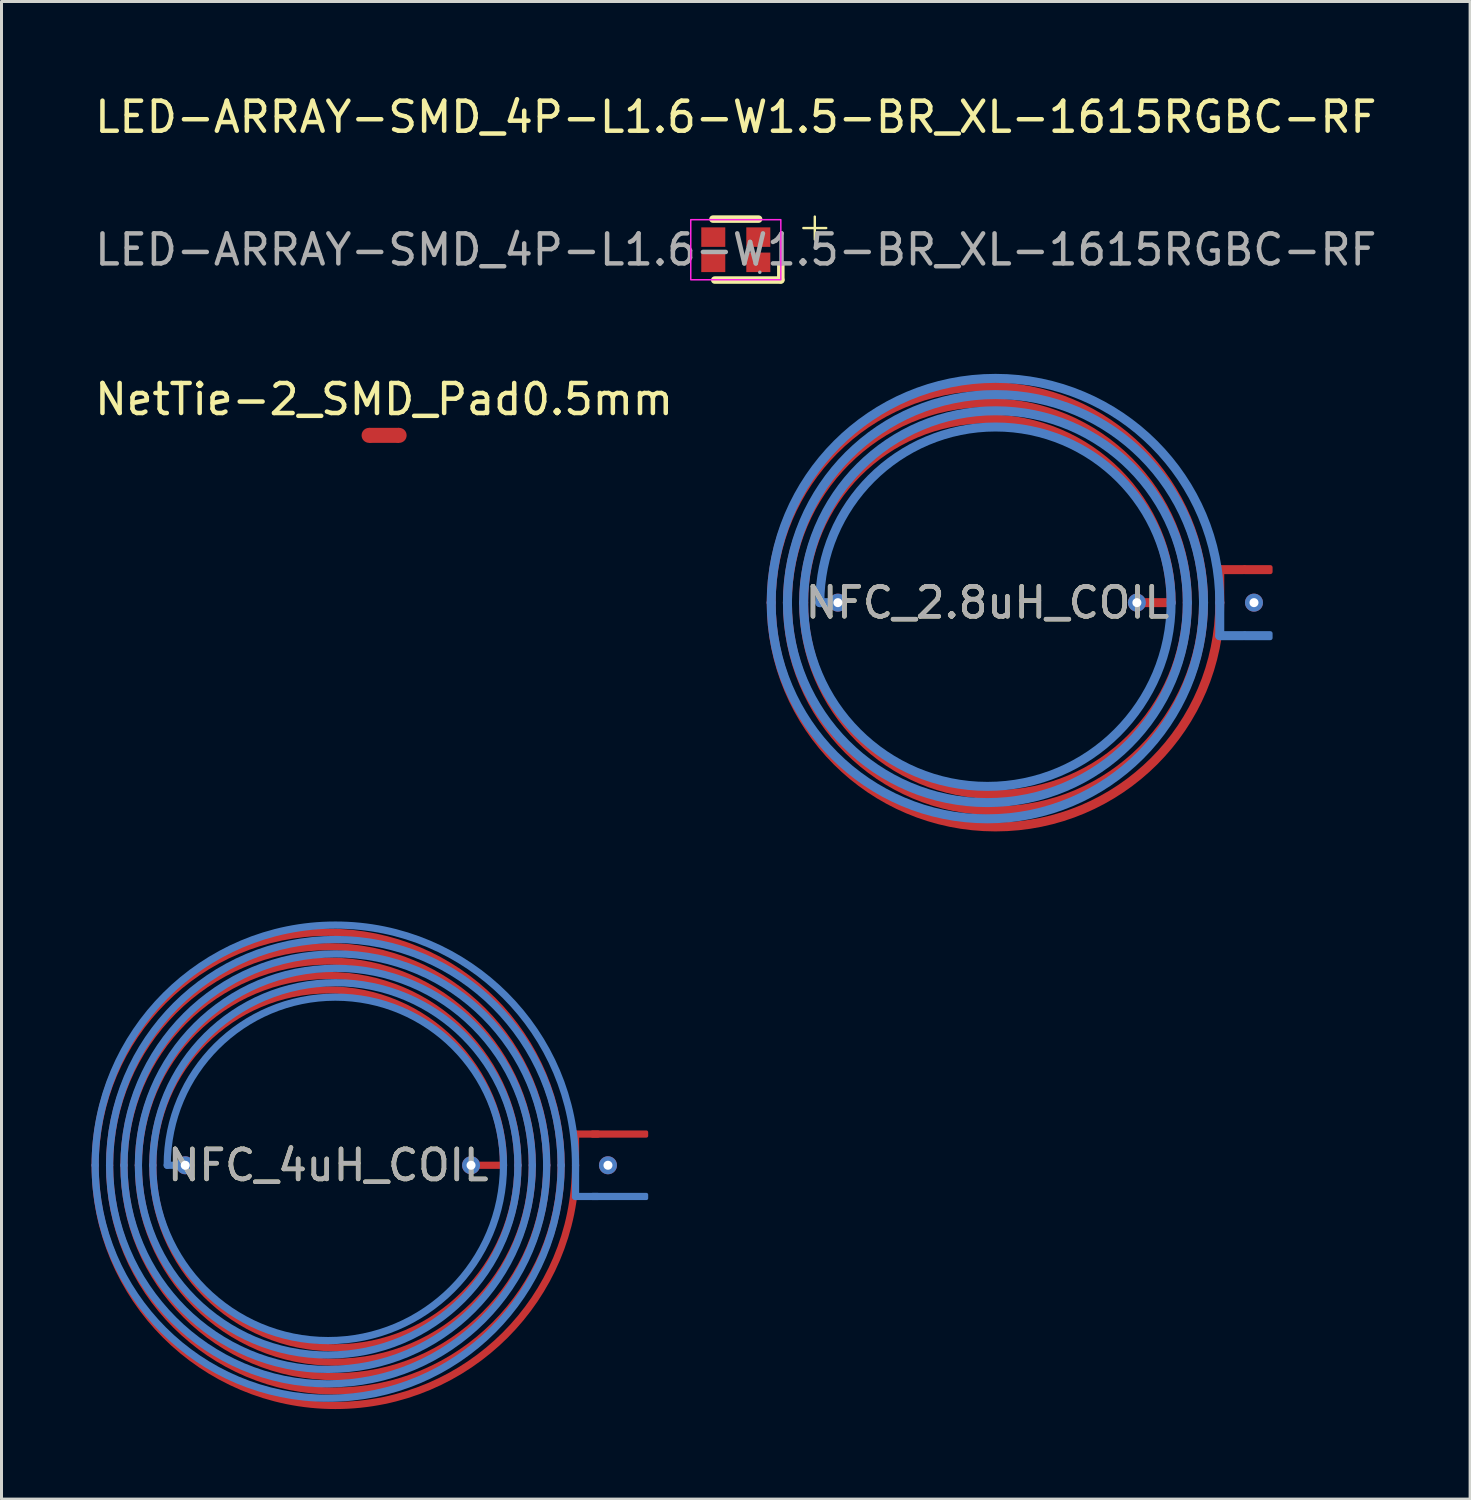
<source format=kicad_pcb>
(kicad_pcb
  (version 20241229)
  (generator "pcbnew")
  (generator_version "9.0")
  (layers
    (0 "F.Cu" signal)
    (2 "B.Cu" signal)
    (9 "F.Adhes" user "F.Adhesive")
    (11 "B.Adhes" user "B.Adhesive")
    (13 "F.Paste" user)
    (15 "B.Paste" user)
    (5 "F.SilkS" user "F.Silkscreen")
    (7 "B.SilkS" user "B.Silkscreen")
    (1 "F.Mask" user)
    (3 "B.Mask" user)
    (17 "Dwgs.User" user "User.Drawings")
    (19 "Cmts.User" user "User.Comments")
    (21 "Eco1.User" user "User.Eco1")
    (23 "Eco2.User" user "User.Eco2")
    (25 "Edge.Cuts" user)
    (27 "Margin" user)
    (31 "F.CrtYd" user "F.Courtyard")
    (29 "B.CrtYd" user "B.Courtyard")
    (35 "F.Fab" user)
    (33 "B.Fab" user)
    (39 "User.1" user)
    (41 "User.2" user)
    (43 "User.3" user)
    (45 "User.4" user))
  (footprint "LED-ARRAY-SMD_4P-L1.6-W1.5-BR_XL-1615RGBC-RF"
    (layer "F.Cu")
    (at 21.458 5.268)
    (property "Reference" "LED-ARRAY-SMD_4P-L1.6-W1.5-BR_XL-1615RGBC-RF" (at 0 -4.42 0) (layer "F.SilkS") (effects (font (size 1 1) (thickness 0.15))))
    (attr smd)
    (fp_line (start -0.76 -1.02) (end 0.76 -1.02) (stroke (width 0.25) (type solid)) (layer "F.SilkS"))
    (fp_line (start 1.5 1) (end 1.5 0.5) (stroke (width 0.25) (type solid)) (layer "F.SilkS"))
    (fp_line (start 1.5 1.01) (end -0.7 1.01) (stroke (width 0.25) (type solid)) (layer "F.SilkS"))
    (fp_rect (start -1.5 -1) (end 1.5 1) (stroke (width 0.05) (type default)) (fill no) (layer "F.CrtYd"))
    (fp_circle (center 0.8 0.75) (end 0.83 0.75) (stroke (width 0.06) (type solid)) (fill no) (layer "F.Fab"))
    (fp_text user "+" (at 1.96 -0.8 180) (layer "F.SilkS") (effects (font (size 1 1) (thickness 0.08)) (justify left)))
    (fp_text user "${REFERENCE}" (at 0 0 0) (layer "F.Fab") (effects (font (size 1 1) (thickness 0.15))))
    (pad "1" smd rect (at 0.75 0.42 180) (size 0.8 0.65) (layers "F.Cu" "F.Mask" "F.Paste"))
    (pad "2" smd rect (at 0.75 -0.42 180) (size 0.8 0.65) (layers "F.Cu" "F.Mask" "F.Paste"))
    (pad "3" smd rect (at -0.75 -0.42 180) (size 0.8 0.65) (layers "F.Cu" "F.Mask" "F.Paste"))
    (pad "4" smd rect (at -0.75 0.42 180) (size 0.8 0.65) (layers "F.Cu" "F.Mask" "F.Paste")))
  (footprint "NetTie-2_SMD_Pad0.5mm"
    (layer "F.Cu")
    (at 9.744 11.451)
    (property "Reference" "NetTie-2_SMD_Pad0.5mm" (at 0 -1.2 180) (layer "F.SilkS") (effects (font (size 1 1) (thickness 0.15))))
    (attr exclude_from_pos_files exclude_from_bom allow_missing_courtyard)
    (fp_poly (pts (xy -0.5 -0.25) (xy 0.5 -0.25) (xy 0.5 0.25) (xy -0.5 0.25)) (stroke (width 0) (type solid)) (fill yes) (layer "F.Cu"))
    (pad "1" smd circle (at -0.5 0) (size 0.5 0.5) (layers "F.Cu"))
    (pad "2" smd circle (at 0.5 0) (size 0.5 0.5) (layers "F.Cu")))
  (footprint "NFC_2.8uH_COIL"
    (layer "F.Cu")
    (at 29.838 17.023)
    (property "Reference" "NFC_2.8uH_COIL" (at 0 0 0) (unlocked yes) (layer "F.SilkS") (effects (font (size 1 1) (thickness 0.15))))
    (attr smd exclude_from_pos_files exclude_from_bom allow_missing_courtyard)
    (fp_line (start 6.12 0) (end 4.98 0) (stroke (width 0.3) (type default)) (layer "F.Cu"))
    (fp_line (start 7.74 -1.1) (end 8.54 -1.1) (stroke (width 0.3) (type default)) (layer "F.Cu"))
    (fp_line (start 7.74 0) (end 7.74 -1.1) (stroke (width 0.3) (type default)) (layer "F.Cu"))
    (fp_arc (start -7.2 0) (mid 0 -7.2) (end 7.2 0) (stroke (width 0.3) (type default)) (layer "F.Cu"))
    (fp_arc (start -6.66 0) (mid 0 -6.66) (end 6.66 0) (stroke (width 0.3) (type default)) (layer "F.Cu"))
    (fp_arc (start -6.12 0) (mid 0 -6.12) (end 6.12 0) (stroke (width 0.3) (type default)) (layer "F.Cu"))
    (fp_arc (start 6.66 0) (mid 0.27 6.39) (end -6.12 0) (stroke (width 0.3) (type default)) (layer "F.Cu"))
    (fp_arc (start 7.2 0) (mid 0.27 6.93) (end -6.66 0) (stroke (width 0.3) (type default)) (layer "F.Cu"))
    (fp_arc (start 7.74 0) (mid 0.27 7.47) (end -7.2 0) (stroke (width 0.3) (type default)) (layer "F.Cu"))
    (fp_line (start -5.58 0) (end -4.98 0) (stroke (width 0.3) (type default)) (layer "B.Cu"))
    (fp_line (start 7.74 0) (end 7.74 1.1) (stroke (width 0.3) (type default)) (layer "B.Cu"))
    (fp_line (start 7.74 1.1) (end 8.54 1.1) (stroke (width 0.3) (type default)) (layer "B.Cu"))
    (fp_arc (start -7.2 0) (mid 0.27 -7.47) (end 7.74 0) (stroke (width 0.3) (type default)) (layer "B.Cu"))
    (fp_arc (start -6.66 0) (mid 0.27 -6.93) (end 7.2 0) (stroke (width 0.3) (type default)) (layer "B.Cu"))
    (fp_arc (start -6.12 0) (mid 0.27 -6.39) (end 6.66 0) (stroke (width 0.3) (type default)) (layer "B.Cu"))
    (fp_arc (start -5.58 0) (mid 0 -5.85) (end 6.12 0) (stroke (width 0.3) (type default)) (layer "B.Cu"))
    (fp_arc (start 6.12 0) (mid 0 6.12) (end -6.12 0) (stroke (width 0.3) (type default)) (layer "B.Cu"))
    (fp_arc (start 6.66 0) (mid 0 6.66) (end -6.66 0) (stroke (width 0.3) (type default)) (layer "B.Cu"))
    (fp_arc (start 7.2 0) (mid 0 7.2) (end -7.2 0) (stroke (width 0.3) (type default)) (layer "B.Cu"))
    (fp_line (start 6.12 0) (end 4.98 0) (stroke (width 0.3) (type default)) (layer "In1.Cu"))
    (fp_line (start 7.74 0) (end 8.88 0) (stroke (width 0.3) (type default)) (layer "In1.Cu"))
    (fp_arc (start -7.2 0) (mid 0.27 -7.47) (end 7.74 0) (stroke (width 0.3) (type default)) (layer "In1.Cu"))
    (fp_arc (start -6.66 0) (mid 0.27 -6.93) (end 7.2 0) (stroke (width 0.3) (type default)) (layer "In1.Cu"))
    (fp_arc (start -6.12 0) (mid 0.27 -6.39) (end 6.66 0) (stroke (width 0.3) (type default)) (layer "In1.Cu"))
    (fp_arc (start 6.12 0) (mid 0 6.12) (end -6.12 0) (stroke (width 0.3) (type default)) (layer "In1.Cu"))
    (fp_arc (start 6.66 0) (mid 0 6.66) (end -6.66 0) (stroke (width 0.3) (type default)) (layer "In1.Cu"))
    (fp_arc (start 7.2 0) (mid 0 7.2) (end -7.2 0) (stroke (width 0.3) (type default)) (layer "In1.Cu"))
    (fp_line (start -5.58 0) (end -4.98 0) (stroke (width 0.3) (type default)) (layer "In2.Cu"))
    (fp_line (start 7.74 0) (end 8.88 0) (stroke (width 0.3) (type default)) (layer "In2.Cu"))
    (fp_arc (start -7.2 0) (mid 0 -7.2) (end 7.2 0) (stroke (width 0.3) (type default)) (layer "In2.Cu"))
    (fp_arc (start -6.66 0) (mid 0 -6.66) (end 6.66 0) (stroke (width 0.3) (type default)) (layer "In2.Cu"))
    (fp_arc (start -6.12 0) (mid 0 -6.12) (end 6.12 0) (stroke (width 0.3) (type default)) (layer "In2.Cu"))
    (fp_arc (start 6.12 0) (mid 0 5.85) (end -5.58 0) (stroke (width 0.3) (type default)) (layer "In2.Cu"))
    (fp_arc (start 6.66 0) (mid 0.27 6.39) (end -6.12 0) (stroke (width 0.3) (type default)) (layer "In2.Cu"))
    (fp_arc (start 7.2 0) (mid 0.27 6.93) (end -6.66 0) (stroke (width 0.3) (type default)) (layer "In2.Cu"))
    (fp_arc (start 7.74 0) (mid 0.27 7.47) (end -7.2 0) (stroke (width 0.3) (type default)) (layer "In2.Cu"))
    (fp_text user "${REFERENCE}" (at 0 0 0) (unlocked yes) (layer "F.Fab") (effects (font (size 1 1) (thickness 0.15))))
    (pad "0" thru_hole circle (at -4.98 0) (size 0.6 0.6) (drill 0.3) (layers "*.Cu") (remove_unused_layers yes) (keep_end_layers yes) (zone_layer_connections))
    (pad "0" thru_hole circle (at 4.98 0) (size 0.6 0.6) (drill 0.3) (layers "*.Cu") (remove_unused_layers yes) (keep_end_layers yes) (zone_layer_connections))
    (pad "0" thru_hole circle (at 8.88 0) (size 0.6 0.6) (drill 0.3) (layers "*.Cu") (remove_unused_layers yes) (keep_end_layers yes) (zone_layer_connections))
    (pad "1" smd roundrect (at 9 -1.1) (size 1 0.3) (layers "F.Cu") (roundrect_rratio 0.25))
    (pad "2" smd roundrect (at 9 1.1) (size 1 0.3) (layers "B.Cu") (roundrect_rratio 0.25)))
  (footprint "NFC_4uH_COIL"
    (layer "F.Cu")
    (at 7.88 35.763)
    (property "Reference" "NFC_4uH_COIL" (at 0 0 0) (unlocked yes) (layer "F.SilkS") (effects (font (size 1 1) (thickness 0.15))))
    (attr smd exclude_from_pos_files exclude_from_bom allow_missing_courtyard)
    (fp_line (start 5.84 0) (end 4.76 0) (stroke (width 0.24) (type default)) (layer "F.Cu"))
    (fp_line (start 8.24 -1.04) (end 8.98 -1.04) (stroke (width 0.24) (type default)) (layer "F.Cu"))
    (fp_line (start 8.24 0) (end 8.24 -1.04) (stroke (width 0.24) (type default)) (layer "F.Cu"))
    (fp_arc (start -7.760001 0) (mid 0 -7.760001) (end 7.760001 0) (stroke (width 0.24) (type default)) (layer "F.Cu"))
    (fp_arc (start -7.279999 0) (mid 0 -7.279999) (end 7.279999 0) (stroke (width 0.24) (type default)) (layer "F.Cu"))
    (fp_arc (start -6.8 0) (mid 0 -6.8) (end 6.8 0) (stroke (width 0.24) (type default)) (layer "F.Cu"))
    (fp_arc (start -6.32 0) (mid 0 -6.32) (end 6.32 0) (stroke (width 0.24) (type default)) (layer "F.Cu"))
    (fp_arc (start -5.840001 0) (mid 0 -5.840001) (end 5.840001 0) (stroke (width 0.24) (type default)) (layer "F.Cu"))
    (fp_arc (start 6.32 0) (mid 0.24 6.08) (end -5.840001 0) (stroke (width 0.24) (type default)) (layer "F.Cu"))
    (fp_arc (start 6.8 0) (mid 0.24 6.56) (end -6.32 0) (stroke (width 0.24) (type default)) (layer "F.Cu"))
    (fp_arc (start 7.279999 0) (mid 0.24 7.04) (end -6.8 0) (stroke (width 0.24) (type default)) (layer "F.Cu"))
    (fp_arc (start 7.760001 0) (mid 0.240001 7.52) (end -7.279999 0) (stroke (width 0.24) (type default)) (layer "F.Cu"))
    (fp_arc (start 8.24 0) (mid 0.24 8) (end -7.760001 0) (stroke (width 0.24) (type default)) (layer "F.Cu"))
    (fp_line (start -5.36 0) (end -4.76 0) (stroke (width 0.24) (type default)) (layer "B.Cu"))
    (fp_line (start 8.24 0) (end 8.24 1.04) (stroke (width 0.24) (type default)) (layer "B.Cu"))
    (fp_line (start 8.24 1.04) (end 8.98 1.04) (stroke (width 0.24) (type default)) (layer "B.Cu"))
    (fp_arc (start -7.760001 0) (mid 0.24 -8) (end 8.24 0) (stroke (width 0.24) (type default)) (layer "B.Cu"))
    (fp_arc (start -7.279999 0) (mid 0.240001 -7.52) (end 7.760001 0) (stroke (width 0.24) (type default)) (layer "B.Cu"))
    (fp_arc (start -6.8 0) (mid 0.24 -7.04) (end 7.279999 0) (stroke (width 0.24) (type default)) (layer "B.Cu"))
    (fp_arc (start -6.32 0) (mid 0.24 -6.56) (end 6.8 0) (stroke (width 0.24) (type default)) (layer "B.Cu"))
    (fp_arc (start -5.840001 0) (mid 0.24 -6.08) (end 6.32 0) (stroke (width 0.24) (type default)) (layer "B.Cu"))
    (fp_arc (start -5.36 0) (mid 0 -5.6) (end 5.840001 0) (stroke (width 0.24) (type default)) (layer "B.Cu"))
    (fp_arc (start 5.840001 0) (mid 0 5.840001) (end -5.840001 0) (stroke (width 0.24) (type default)) (layer "B.Cu"))
    (fp_arc (start 6.32 0) (mid 0 6.32) (end -6.32 0) (stroke (width 0.24) (type default)) (layer "B.Cu"))
    (fp_arc (start 6.8 0) (mid 0 6.8) (end -6.8 0) (stroke (width 0.24) (type default)) (layer "B.Cu"))
    (fp_arc (start 7.279999 0) (mid 0 7.279999) (end -7.279999 0) (stroke (width 0.24) (type default)) (layer "B.Cu"))
    (fp_arc (start 7.760001 0) (mid 0 7.760001) (end -7.760001 0) (stroke (width 0.24) (type default)) (layer "B.Cu"))
    (fp_line (start 5.84 0) (end 4.76 0) (stroke (width 0.24) (type default)) (layer "In1.Cu"))
    (fp_line (start 8.24 0) (end 9.32 0) (stroke (width 0.24) (type default)) (layer "In1.Cu"))
    (fp_arc (start -7.760001 0) (mid 0.24 -8) (end 8.24 0) (stroke (width 0.24) (type default)) (layer "In1.Cu"))
    (fp_arc (start -7.279999 0) (mid 0.240001 -7.52) (end 7.760001 0) (stroke (width 0.24) (type default)) (layer "In1.Cu"))
    (fp_arc (start -6.8 0) (mid 0.24 -7.04) (end 7.279999 0) (stroke (width 0.24) (type default)) (layer "In1.Cu"))
    (fp_arc (start -6.32 0) (mid 0.24 -6.56) (end 6.8 0) (stroke (width 0.24) (type default)) (layer "In1.Cu"))
    (fp_arc (start -5.840001 0) (mid 0.24 -6.08) (end 6.32 0) (stroke (width 0.24) (type default)) (layer "In1.Cu"))
    (fp_arc (start 5.840001 0) (mid 0 5.840001) (end -5.840001 0) (stroke (width 0.24) (type default)) (layer "In1.Cu"))
    (fp_arc (start 6.32 0) (mid 0 6.32) (end -6.32 0) (stroke (width 0.24) (type default)) (layer "In1.Cu"))
    (fp_arc (start 6.8 0) (mid 0 6.8) (end -6.8 0) (stroke (width 0.24) (type default)) (layer "In1.Cu"))
    (fp_arc (start 7.279999 0) (mid 0 7.279999) (end -7.279999 0) (stroke (width 0.24) (type default)) (layer "In1.Cu"))
    (fp_arc (start 7.760001 0) (mid 0 7.760001) (end -7.760001 0) (stroke (width 0.24) (type default)) (layer "In1.Cu"))
    (fp_line (start -5.36 0) (end -4.76 0) (stroke (width 0.24) (type default)) (layer "In2.Cu"))
    (fp_line (start 8.24 0) (end 9.32 0) (stroke (width 0.24) (type default)) (layer "In2.Cu"))
    (fp_arc (start -7.760001 0) (mid 0 -7.760001) (end 7.760001 0) (stroke (width 0.24) (type default)) (layer "In2.Cu"))
    (fp_arc (start -7.279999 0) (mid 0 -7.279999) (end 7.279999 0) (stroke (width 0.24) (type default)) (layer "In2.Cu"))
    (fp_arc (start -6.8 0) (mid 0 -6.8) (end 6.8 0) (stroke (width 0.24) (type default)) (layer "In2.Cu"))
    (fp_arc (start -6.32 0) (mid 0 -6.32) (end 6.32 0) (stroke (width 0.24) (type default)) (layer "In2.Cu"))
    (fp_arc (start -5.840001 0) (mid 0 -5.840001) (end 5.840001 0) (stroke (width 0.24) (type default)) (layer "In2.Cu"))
    (fp_arc (start 5.840001 0) (mid 0 5.6) (end -5.36 0) (stroke (width 0.24) (type default)) (layer "In2.Cu"))
    (fp_arc (start 6.32 0) (mid 0.24 6.08) (end -5.840001 0) (stroke (width 0.24) (type default)) (layer "In2.Cu"))
    (fp_arc (start 6.8 0) (mid 0.24 6.56) (end -6.32 0) (stroke (width 0.24) (type default)) (layer "In2.Cu"))
    (fp_arc (start 7.279999 0) (mid 0.24 7.04) (end -6.8 0) (stroke (width 0.24) (type default)) (layer "In2.Cu"))
    (fp_arc (start 7.760001 0) (mid 0.240001 7.52) (end -7.279999 0) (stroke (width 0.24) (type default)) (layer "In2.Cu"))
    (fp_arc (start 8.24 0) (mid 0.24 8) (end -7.760001 0) (stroke (width 0.24) (type default)) (layer "In2.Cu"))
    (fp_text user "${REFERENCE}" (at 0 0 0) (unlocked yes) (layer "F.Fab") (effects (font (size 1 1) (thickness 0.15))))
    (pad "0" thru_hole circle (at -4.76 0) (size 0.6 0.6) (drill 0.3) (layers "*.Cu") (remove_unused_layers yes) (keep_end_layers yes) (zone_layer_connections))
    (pad "0" thru_hole circle (at 4.76 0) (size 0.6 0.6) (drill 0.3) (layers "*.Cu") (remove_unused_layers yes) (keep_end_layers yes) (zone_layer_connections))
    (pad "0" thru_hole circle (at 9.32 0) (size 0.6 0.6) (drill 0.3) (layers "*.Cu") (remove_unused_layers yes) (keep_end_layers yes) (zone_layer_connections))
    (pad "1" smd roundrect (at 9.7 -1.04) (size 1.92 0.24) (layers "F.Cu") (roundrect_rratio 0.25))
    (pad "2" smd roundrect (at 9.7 1.04) (size 1.92 0.24) (layers "B.Cu") (roundrect_rratio 0.25)))
  (gr_rect
    (start -3 -3)
    (end 45.917 46.883)
    (stroke (width 0.1) (type default))
    (fill no)
    (layer "Edge.Cuts")))
</source>
